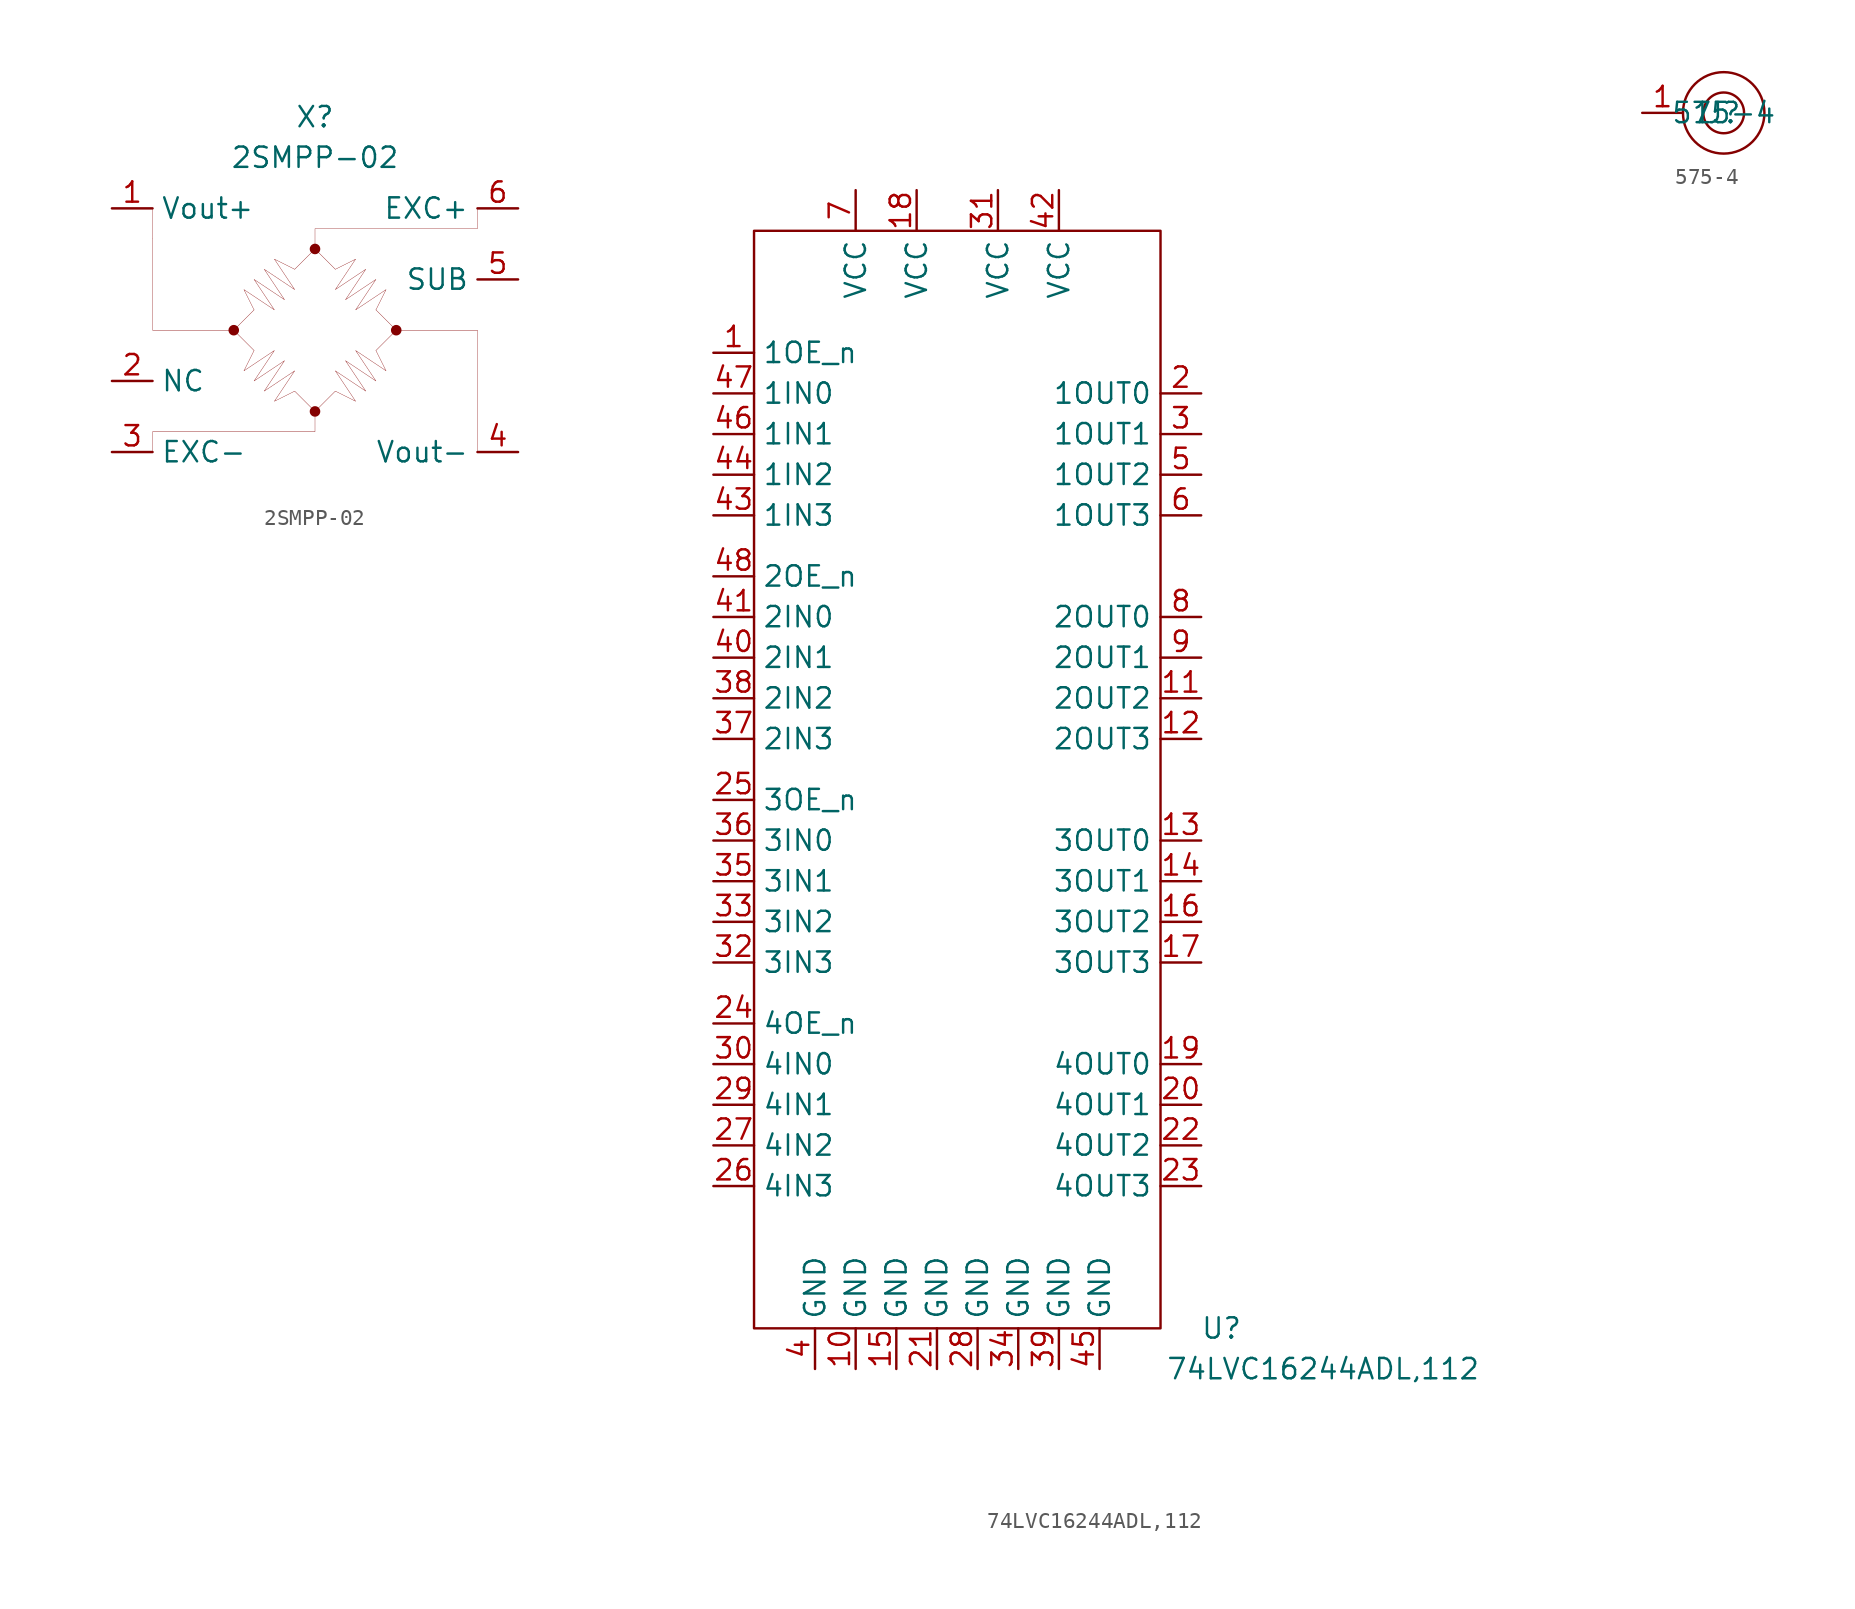
<source format=kicad_sym>
(kicad_symbol_lib
  (version 20211014)
  (generator kicad_symbol_editor)
  (symbol "2SMPP-02"
    (property "Reference" "X"
      (at 0 13.335 0)
      (effects (font (size 1.27 1.27))))
    (property "Value" "2SMPP-02"
      (at 0 10.795 0)
      (effects (font (size 1.27 1.27))))
    (symbol "2SMPP-02_0_1"
      (circle (center -5.08 0) (radius 0.254) (stroke (width 0) (type default) (color 0 0 0 0)) (fill (type outline)))
      (circle (center 0 -5.08) (radius 0.254) (stroke (width 0) (type default) (color 0 0 0 0)) (fill (type outline)))
      (polyline (pts (xy -10.16 5.715) (xy -10.16 7.62)) (stroke (width 0.001) (type default) (color 0 0 0 0)) (fill (type none)))
      (polyline (pts (xy -10.16 5.715) (xy -10.16 0) (xy -5.08 0)) (stroke (width 0.001) (type default) (color 0 0 0 0)) (fill (type none)))
      (polyline (pts (xy -3.81 -1.27) (xy -5.08 0) (xy -3.81 1.27)) (stroke (width 0.001) (type default) (color 0 0 0 0)) (fill (type none)))
      (polyline (pts (xy -1.27 3.81) (xy 0 5.08) (xy 1.27 3.81)) (stroke (width 0.001) (type default) (color 0 0 0 0)) (fill (type none)))
      (polyline (pts (xy 1.27 -3.81) (xy 0 -5.08) (xy -1.27 -3.81)) (stroke (width 0.001) (type default) (color 0 0 0 0)) (fill (type none)))
      (polyline (pts (xy 3.81 1.27) (xy 5.08 0) (xy 3.81 -1.27)) (stroke (width 0.001) (type default) (color 0 0 0 0)) (fill (type none)))
      (polyline (pts (xy 5.08 0) (xy 10.16 0) (xy 10.16 -7.62)) (stroke (width 0.001) (type default) (color 0 0 0 0)) (fill (type none)))
      (polyline (pts (xy -10.16 -7.62) (xy -10.16 -6.35) (xy 0 -6.35) (xy 0 -5.08)) (stroke (width 0.001) (type default) (color 0 0 0 0)) (fill (type none)))
      (polyline (pts (xy 10.16 7.62) (xy 10.16 6.35) (xy 0 6.35) (xy 0 5.08)) (stroke (width 0.001) (type default) (color 0 0 0 0)) (fill (type none)))
      (polyline (pts (xy -3.81 1.27) (xy -4.445 2.54) (xy -2.54 1.27) (xy -3.81 3.175) (xy -1.905 1.905) (xy -3.175 3.81) (xy -1.27 2.54) (xy -2.54 4.445) (xy -1.27 3.81)) (stroke (width 0.001) (type default) (color 0 0 0 0)) (fill (type none)))
      (polyline (pts (xy -1.27 -3.81) (xy -2.54 -4.445) (xy -1.27 -2.54) (xy -3.175 -3.81) (xy -1.905 -1.905) (xy -3.81 -3.175) (xy -2.54 -1.27) (xy -4.445 -2.54) (xy -3.81 -1.27)) (stroke (width 0.001) (type default) (color 0 0 0 0)) (fill (type none)))
      (polyline (pts (xy 1.27 3.81) (xy 2.54 4.445) (xy 1.27 2.54) (xy 3.175 3.81) (xy 1.905 1.905) (xy 3.81 3.175) (xy 2.54 1.27) (xy 4.445 2.54) (xy 3.81 1.27)) (stroke (width 0.001) (type default) (color 0 0 0 0)) (fill (type none)))
      (polyline (pts (xy 3.81 -1.27) (xy 4.445 -2.54) (xy 2.54 -1.27) (xy 3.81 -3.175) (xy 1.905 -1.905) (xy 3.175 -3.81) (xy 1.27 -2.54) (xy 2.54 -4.445) (xy 1.27 -3.81)) (stroke (width 0.001) (type default) (color 0 0 0 0)) (fill (type none)))
      (circle (center 0 5.08) (radius 0.254) (stroke (width 0) (type default) (color 0 0 0 0)) (fill (type outline)))
      (circle (center 5.08 0) (radius 0.254) (stroke (width 0) (type default) (color 0 0 0 0)) (fill (type outline))))
    (symbol "2SMPP-02_1_1"
      (pin passive line (at -12.7 7.62 0) (length 2.54) (name "Vout+" (effects (font (size 1.27 1.27)))) (number "1" (effects (font (size 1.27 1.27)))))
      (pin passive line (at -12.7 -3.175 0) (length 2.54) (name "NC" (effects (font (size 1.27 1.27)))) (number "2" (effects (font (size 1.27 1.27)))))
      (pin passive line (at -12.7 -7.62 0) (length 2.54) (name "EXC-" (effects (font (size 1.27 1.27)))) (number "3" (effects (font (size 1.27 1.27)))))
      (pin passive line (at 12.7 -7.62 180) (length 2.54) (name "Vout-" (effects (font (size 1.27 1.27)))) (number "4" (effects (font (size 1.27 1.27)))))
      (pin passive line (at 12.7 3.175 180) (length 2.54) (name "SUB" (effects (font (size 1.27 1.27)))) (number "5" (effects (font (size 1.27 1.27)))))
      (pin passive line (at 12.7 7.62 180) (length 2.54) (name "EXC+" (effects (font (size 1.27 1.27)))) (number "6" (effects (font (size 1.27 1.27)))))))
  (symbol "74LVC16244ADL,112"
    (property "Reference" "U"
      (at 16.51 -40.64 0)
      (effects (font (size 1.27 1.27))))
    (property "Value" "74LVC16244ADL,112"
      (at 22.86 -43.18 0)
      (effects (font (size 1.27 1.27))))
    (symbol "74LVC16244ADL,112_0_1"
      (rectangle (start -12.7 27.94) (end 12.7 -40.64) (stroke (width 0.152) (type default) (color 0 0 0 0)) (fill (type none))))
    (symbol "74LVC16244ADL,112_1_1"
      (pin input line (at -15.24 20.32 0) (length 2.54) (name "1OE_n" (effects (font (size 1.27 1.27)))) (number "1" (effects (font (size 1.27 1.27)))))
      (pin power_in line (at -6.35 -43.18 90) (length 2.54) (name "GND" (effects (font (size 1.27 1.27)))) (number "10" (effects (font (size 1.27 1.27)))))
      (pin output line (at 15.24 -1.27 180) (length 2.54) (name "2OUT2" (effects (font (size 1.27 1.27)))) (number "11" (effects (font (size 1.27 1.27)))))
      (pin output line (at 15.24 -3.81 180) (length 2.54) (name "2OUT3" (effects (font (size 1.27 1.27)))) (number "12" (effects (font (size 1.27 1.27)))))
      (pin output line (at 15.24 -10.16 180) (length 2.54) (name "3OUT0" (effects (font (size 1.27 1.27)))) (number "13" (effects (font (size 1.27 1.27)))))
      (pin output line (at 15.24 -12.7 180) (length 2.54) (name "3OUT1" (effects (font (size 1.27 1.27)))) (number "14" (effects (font (size 1.27 1.27)))))
      (pin power_in line (at -3.81 -43.18 90) (length 2.54) (name "GND" (effects (font (size 1.27 1.27)))) (number "15" (effects (font (size 1.27 1.27)))))
      (pin output line (at 15.24 -15.24 180) (length 2.54) (name "3OUT2" (effects (font (size 1.27 1.27)))) (number "16" (effects (font (size 1.27 1.27)))))
      (pin output line (at 15.24 -17.78 180) (length 2.54) (name "3OUT3" (effects (font (size 1.27 1.27)))) (number "17" (effects (font (size 1.27 1.27)))))
      (pin power_in line (at -2.54 30.48 270) (length 2.54) (name "VCC" (effects (font (size 1.27 1.27)))) (number "18" (effects (font (size 1.27 1.27)))))
      (pin output line (at 15.24 -24.13 180) (length 2.54) (name "4OUT0" (effects (font (size 1.27 1.27)))) (number "19" (effects (font (size 1.27 1.27)))))
      (pin output line (at 15.24 17.78 180) (length 2.54) (name "1OUT0" (effects (font (size 1.27 1.27)))) (number "2" (effects (font (size 1.27 1.27)))))
      (pin output line (at 15.24 -26.67 180) (length 2.54) (name "4OUT1" (effects (font (size 1.27 1.27)))) (number "20" (effects (font (size 1.27 1.27)))))
      (pin power_in line (at -1.27 -43.18 90) (length 2.54) (name "GND" (effects (font (size 1.27 1.27)))) (number "21" (effects (font (size 1.27 1.27)))))
      (pin output line (at 15.24 -29.21 180) (length 2.54) (name "4OUT2" (effects (font (size 1.27 1.27)))) (number "22" (effects (font (size 1.27 1.27)))))
      (pin output line (at 15.24 -31.75 180) (length 2.54) (name "4OUT3" (effects (font (size 1.27 1.27)))) (number "23" (effects (font (size 1.27 1.27)))))
      (pin input line (at -15.24 -21.59 0) (length 2.54) (name "4OE_n" (effects (font (size 1.27 1.27)))) (number "24" (effects (font (size 1.27 1.27)))))
      (pin input line (at -15.24 -7.62 0) (length 2.54) (name "3OE_n" (effects (font (size 1.27 1.27)))) (number "25" (effects (font (size 1.27 1.27)))))
      (pin input line (at -15.24 -31.75 0) (length 2.54) (name "4IN3" (effects (font (size 1.27 1.27)))) (number "26" (effects (font (size 1.27 1.27)))))
      (pin input line (at -15.24 -29.21 0) (length 2.54) (name "4IN2" (effects (font (size 1.27 1.27)))) (number "27" (effects (font (size 1.27 1.27)))))
      (pin power_in line (at 1.27 -43.18 90) (length 2.54) (name "GND" (effects (font (size 1.27 1.27)))) (number "28" (effects (font (size 1.27 1.27)))))
      (pin input line (at -15.24 -26.67 0) (length 2.54) (name "4IN1" (effects (font (size 1.27 1.27)))) (number "29" (effects (font (size 1.27 1.27)))))
      (pin output line (at 15.24 15.24 180) (length 2.54) (name "1OUT1" (effects (font (size 1.27 1.27)))) (number "3" (effects (font (size 1.27 1.27)))))
      (pin input line (at -15.24 -24.13 0) (length 2.54) (name "4IN0" (effects (font (size 1.27 1.27)))) (number "30" (effects (font (size 1.27 1.27)))))
      (pin power_in line (at 2.54 30.48 270) (length 2.54) (name "VCC" (effects (font (size 1.27 1.27)))) (number "31" (effects (font (size 1.27 1.27)))))
      (pin input line (at -15.24 -17.78 0) (length 2.54) (name "3IN3" (effects (font (size 1.27 1.27)))) (number "32" (effects (font (size 1.27 1.27)))))
      (pin input line (at -15.24 -15.24 0) (length 2.54) (name "3IN2" (effects (font (size 1.27 1.27)))) (number "33" (effects (font (size 1.27 1.27)))))
      (pin power_in line (at 3.81 -43.18 90) (length 2.54) (name "GND" (effects (font (size 1.27 1.27)))) (number "34" (effects (font (size 1.27 1.27)))))
      (pin input line (at -15.24 -12.7 0) (length 2.54) (name "3IN1" (effects (font (size 1.27 1.27)))) (number "35" (effects (font (size 1.27 1.27)))))
      (pin input line (at -15.24 -10.16 0) (length 2.54) (name "3IN0" (effects (font (size 1.27 1.27)))) (number "36" (effects (font (size 1.27 1.27)))))
      (pin input line (at -15.24 -3.81 0) (length 2.54) (name "2IN3" (effects (font (size 1.27 1.27)))) (number "37" (effects (font (size 1.27 1.27)))))
      (pin input line (at -15.24 -1.27 0) (length 2.54) (name "2IN2" (effects (font (size 1.27 1.27)))) (number "38" (effects (font (size 1.27 1.27)))))
      (pin power_in line (at 6.35 -43.18 90) (length 2.54) (name "GND" (effects (font (size 1.27 1.27)))) (number "39" (effects (font (size 1.27 1.27)))))
      (pin power_in line (at -8.89 -43.18 90) (length 2.54) (name "GND" (effects (font (size 1.27 1.27)))) (number "4" (effects (font (size 1.27 1.27)))))
      (pin input line (at -15.24 1.27 0) (length 2.54) (name "2IN1" (effects (font (size 1.27 1.27)))) (number "40" (effects (font (size 1.27 1.27)))))
      (pin input line (at -15.24 3.81 0) (length 2.54) (name "2IN0" (effects (font (size 1.27 1.27)))) (number "41" (effects (font (size 1.27 1.27)))))
      (pin power_in line (at 6.35 30.48 270) (length 2.54) (name "VCC" (effects (font (size 1.27 1.27)))) (number "42" (effects (font (size 1.27 1.27)))))
      (pin input line (at -15.24 10.16 0) (length 2.54) (name "1IN3" (effects (font (size 1.27 1.27)))) (number "43" (effects (font (size 1.27 1.27)))))
      (pin input line (at -15.24 12.7 0) (length 2.54) (name "1IN2" (effects (font (size 1.27 1.27)))) (number "44" (effects (font (size 1.27 1.27)))))
      (pin power_in line (at 8.89 -43.18 90) (length 2.54) (name "GND" (effects (font (size 1.27 1.27)))) (number "45" (effects (font (size 1.27 1.27)))))
      (pin input line (at -15.24 15.24 0) (length 2.54) (name "1IN1" (effects (font (size 1.27 1.27)))) (number "46" (effects (font (size 1.27 1.27)))))
      (pin input line (at -15.24 17.78 0) (length 2.54) (name "1IN0" (effects (font (size 1.27 1.27)))) (number "47" (effects (font (size 1.27 1.27)))))
      (pin input line (at -15.24 6.35 0) (length 2.54) (name "2OE_n" (effects (font (size 1.27 1.27)))) (number "48" (effects (font (size 1.27 1.27)))))
      (pin output line (at 15.24 12.7 180) (length 2.54) (name "1OUT2" (effects (font (size 1.27 1.27)))) (number "5" (effects (font (size 1.27 1.27)))))
      (pin output line (at 15.24 10.16 180) (length 2.54) (name "1OUT3" (effects (font (size 1.27 1.27)))) (number "6" (effects (font (size 1.27 1.27)))))
      (pin power_in line (at -6.35 30.48 270) (length 2.54) (name "VCC" (effects (font (size 1.27 1.27)))) (number "7" (effects (font (size 1.27 1.27)))))
      (pin output line (at 15.24 3.81 180) (length 2.54) (name "2OUT0" (effects (font (size 1.27 1.27)))) (number "8" (effects (font (size 1.27 1.27)))))
      (pin output line (at 15.24 1.27 180) (length 2.54) (name "2OUT1" (effects (font (size 1.27 1.27)))) (number "9" (effects (font (size 1.27 1.27)))))))
  (symbol "575-4"
    (property "Reference" "J"
      (at 0 0 0)
      (effects (font (size 1.27 1.27))))
    (property "Value" "575-4"
      (at 0 0 0)
      (effects (font (size 1.27 1.27))))
    (symbol "575-4_0_1"
      (circle (center 0 0) (radius 1.27) (stroke (width 0) (type default) (color 0 0 0 0)) (fill (type none)))
      (circle (center 0 0) (radius 2.54) (stroke (width 0) (type default) (color 0 0 0 0)) (fill (type none))))
    (symbol "575-4_1_1"
      (pin passive line (at -5.08 0 0) (length 2.54) (name "1" (effects (font (size 1.27 1.27)))) (number "1" (effects (font (size 1.27 1.27))))))))
</source>
